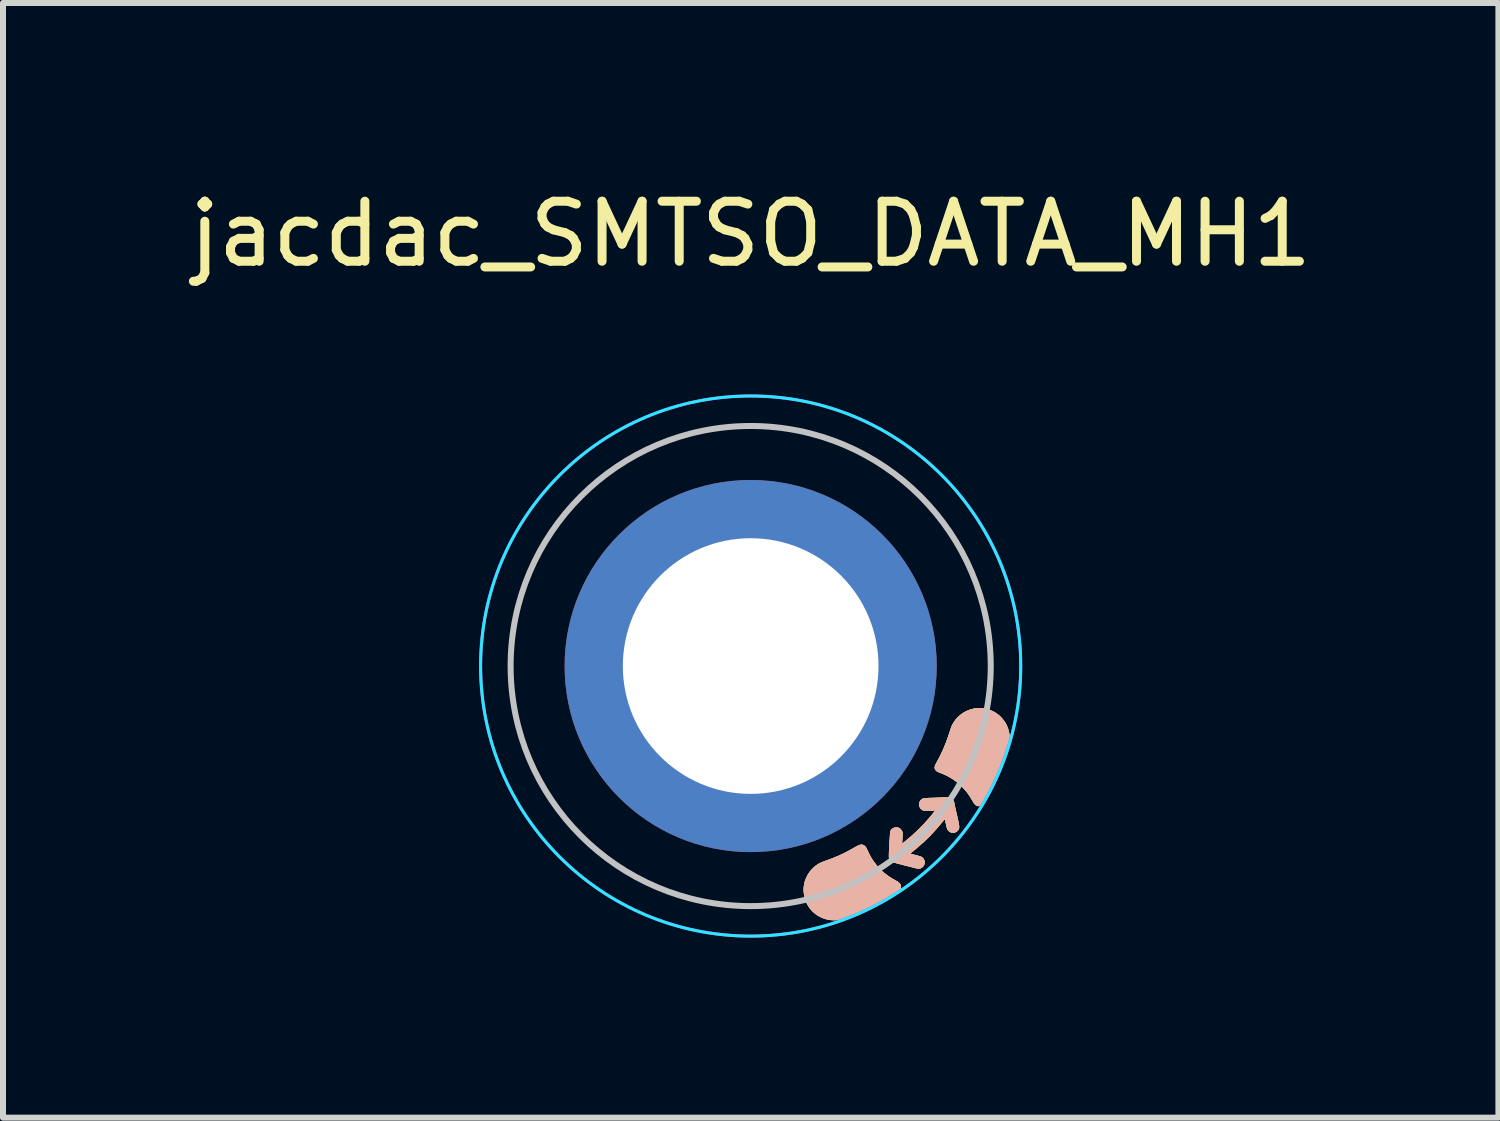
<source format=kicad_pcb>
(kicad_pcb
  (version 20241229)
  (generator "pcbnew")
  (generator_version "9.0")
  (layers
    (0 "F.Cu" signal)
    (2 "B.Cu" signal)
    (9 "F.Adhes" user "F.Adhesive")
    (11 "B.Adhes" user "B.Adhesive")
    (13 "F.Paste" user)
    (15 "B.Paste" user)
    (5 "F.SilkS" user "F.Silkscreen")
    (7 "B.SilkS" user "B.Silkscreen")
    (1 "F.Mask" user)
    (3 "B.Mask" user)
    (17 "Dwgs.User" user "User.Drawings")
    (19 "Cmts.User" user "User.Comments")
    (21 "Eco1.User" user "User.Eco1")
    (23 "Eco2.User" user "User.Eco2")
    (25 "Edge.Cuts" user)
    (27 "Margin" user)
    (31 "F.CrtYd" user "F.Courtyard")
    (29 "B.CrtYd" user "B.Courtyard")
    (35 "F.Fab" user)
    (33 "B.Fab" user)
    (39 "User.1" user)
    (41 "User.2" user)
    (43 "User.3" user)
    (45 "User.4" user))
  (footprint "jacdac_SMTSO_DATA_MH1"
    (layer "F.Cu")
    (at 9.458 8.048)
    (property "Reference" "jacdac_SMTSO_DATA_MH1" (at 0 -7.2 0) (layer "F.SilkS") (effects (font (size 1 1) (thickness 0.15))))
    (attr through_hole)
    (fp_poly (pts (xy 1.858 2.98) (xy 1.874 2.985) (xy 1.889 2.993) (xy 1.899 3.001) (xy 1.908 3.009) (xy 1.917 3.02) (xy 1.925 3.034) (xy 1.935 3.053) (xy 1.946 3.079) (xy 1.947 3.08) (xy 1.972 3.133) (xy 1.998 3.182) (xy 2.027 3.228) (xy 2.047 3.258) (xy 2.1 3.327) (xy 2.159 3.391) (xy 2.223 3.45) (xy 2.293 3.503) (xy 2.366 3.55) (xy 2.407 3.572) (xy 2.438 3.59) (xy 2.463 3.607) (xy 2.481 3.624) (xy 2.493 3.642) (xy 2.499 3.661) (xy 2.5 3.666) (xy 2.501 3.685) (xy 2.497 3.702) (xy 2.488 3.719) (xy 2.473 3.737) (xy 2.451 3.755) (xy 2.423 3.776) (xy 2.423 3.776) (xy 2.311 3.85) (xy 2.192 3.921) (xy 2.067 3.988) (xy 1.938 4.051) (xy 1.805 4.109) (xy 1.669 4.163) (xy 1.613 4.183) (xy 1.555 4.202) (xy 1.504 4.217) (xy 1.457 4.226) (xy 1.415 4.231) (xy 1.382 4.232) (xy 1.317 4.227) (xy 1.255 4.214) (xy 1.196 4.194) (xy 1.14 4.167) (xy 1.088 4.133) (xy 1.04 4.093) (xy 0.997 4.046) (xy 0.991 4.039) (xy 0.958 3.99) (xy 0.93 3.937) (xy 0.909 3.881) (xy 0.895 3.822) (xy 0.887 3.763) (xy 0.886 3.702) (xy 0.893 3.643) (xy 0.894 3.639) (xy 0.908 3.58) (xy 0.931 3.524) (xy 0.959 3.47) (xy 0.994 3.42) (xy 1.035 3.375) (xy 1.08 3.334) (xy 1.13 3.3) (xy 1.151 3.288) (xy 1.164 3.282) (xy 1.184 3.273) (xy 1.207 3.264) (xy 1.232 3.254) (xy 1.258 3.245) (xy 1.258 3.245) (xy 1.354 3.21) (xy 1.444 3.173) (xy 1.529 3.135) (xy 1.611 3.094) (xy 1.693 3.049) (xy 1.737 3.023) (xy 1.77 3.005) (xy 1.797 2.991) (xy 1.82 2.983) (xy 1.84 2.979) (xy 1.858 2.98)) (stroke (width 0.01) (type solid)) (fill yes) (layer "F.SilkS"))
    (fp_poly (pts (xy 3.95 0.723) (xy 4.006 0.743) (xy 4.059 0.769) (xy 4.108 0.801) (xy 4.153 0.838) (xy 4.193 0.881) (xy 4.229 0.928) (xy 4.259 0.98) (xy 4.283 1.036) (xy 4.3 1.096) (xy 4.311 1.159) (xy 4.311 1.16) (xy 4.312 1.178) (xy 4.312 1.198) (xy 4.311 1.22) (xy 4.309 1.248) (xy 4.307 1.26) (xy 4.305 1.281) (xy 4.302 1.302) (xy 4.298 1.323) (xy 4.292 1.345) (xy 4.286 1.369) (xy 4.278 1.397) (xy 4.268 1.428) (xy 4.256 1.465) (xy 4.242 1.508) (xy 4.235 1.525) (xy 4.195 1.635) (xy 4.149 1.747) (xy 4.099 1.86) (xy 4.045 1.971) (xy 3.988 2.079) (xy 3.928 2.182) (xy 3.886 2.249) (xy 3.869 2.275) (xy 3.854 2.294) (xy 3.841 2.309) (xy 3.828 2.319) (xy 3.815 2.325) (xy 3.813 2.326) (xy 3.794 2.33) (xy 3.777 2.328) (xy 3.764 2.322) (xy 3.745 2.31) (xy 3.727 2.289) (xy 3.709 2.262) (xy 3.707 2.257) (xy 3.66 2.178) (xy 3.609 2.105) (xy 3.551 2.037) (xy 3.489 1.975) (xy 3.422 1.919) (xy 3.35 1.869) (xy 3.296 1.838) (xy 3.266 1.822) (xy 3.236 1.808) (xy 3.204 1.794) (xy 3.167 1.779) (xy 3.136 1.767) (xy 3.118 1.759) (xy 3.106 1.753) (xy 3.096 1.745) (xy 3.088 1.737) (xy 3.076 1.72) (xy 3.07 1.703) (xy 3.069 1.684) (xy 3.074 1.663) (xy 3.084 1.639) (xy 3.096 1.617) (xy 3.158 1.503) (xy 3.214 1.383) (xy 3.264 1.259) (xy 3.309 1.13) (xy 3.319 1.1) (xy 3.33 1.066) (xy 3.339 1.039) (xy 3.347 1.016) (xy 3.355 0.996) (xy 3.364 0.978) (xy 3.374 0.961) (xy 3.381 0.947) (xy 3.415 0.898) (xy 3.455 0.853) (xy 3.501 0.813) (xy 3.55 0.778) (xy 3.604 0.75) (xy 3.66 0.728) (xy 3.718 0.713) (xy 3.766 0.706) (xy 3.829 0.705) (xy 3.891 0.71) (xy 3.95 0.723)) (stroke (width 0.01) (type solid)) (fill yes) (layer "F.SilkS"))
    (fp_poly (pts (xy 3.28 2.193) (xy 3.297 2.194) (xy 3.31 2.195) (xy 3.321 2.197) (xy 3.33 2.199) (xy 3.337 2.203) (xy 3.343 2.207) (xy 3.35 2.212) (xy 3.353 2.215) (xy 3.364 2.226) (xy 3.374 2.242) (xy 3.383 2.258) (xy 3.388 2.272) (xy 3.388 2.278) (xy 3.389 2.284) (xy 3.392 2.297) (xy 3.396 2.316) (xy 3.401 2.34) (xy 3.407 2.368) (xy 3.414 2.401) (xy 3.422 2.436) (xy 3.43 2.47) (xy 3.441 2.517) (xy 3.449 2.556) (xy 3.457 2.589) (xy 3.462 2.617) (xy 3.466 2.64) (xy 3.469 2.658) (xy 3.471 2.673) (xy 3.471 2.685) (xy 3.47 2.695) (xy 3.469 2.703) (xy 3.466 2.71) (xy 3.466 2.712) (xy 3.454 2.732) (xy 3.437 2.751) (xy 3.418 2.764) (xy 3.4 2.77) (xy 3.378 2.773) (xy 3.355 2.772) (xy 3.334 2.767) (xy 3.326 2.764) (xy 3.31 2.753) (xy 3.295 2.738) (xy 3.283 2.722) (xy 3.278 2.713) (xy 3.276 2.705) (xy 3.272 2.692) (xy 3.267 2.673) (xy 3.262 2.651) (xy 3.256 2.626) (xy 3.255 2.622) (xy 3.25 2.598) (xy 3.245 2.577) (xy 3.241 2.56) (xy 3.238 2.548) (xy 3.236 2.542) (xy 3.236 2.542) (xy 3.234 2.544) (xy 3.227 2.552) (xy 3.217 2.564) (xy 3.205 2.579) (xy 3.197 2.589) (xy 3.097 2.708) (xy 2.992 2.822) (xy 2.88 2.931) (xy 2.762 3.034) (xy 2.703 3.083) (xy 2.685 3.097) (xy 2.671 3.109) (xy 2.66 3.119) (xy 2.654 3.126) (xy 2.653 3.128) (xy 2.658 3.129) (xy 2.669 3.133) (xy 2.685 3.137) (xy 2.706 3.143) (xy 2.73 3.149) (xy 2.739 3.151) (xy 2.77 3.159) (xy 2.795 3.166) (xy 2.813 3.171) (xy 2.827 3.175) (xy 2.838 3.179) (xy 2.846 3.184) (xy 2.853 3.188) (xy 2.86 3.194) (xy 2.863 3.197) (xy 2.881 3.217) (xy 2.891 3.241) (xy 2.896 3.265) (xy 2.894 3.291) (xy 2.886 3.315) (xy 2.872 3.336) (xy 2.853 3.354) (xy 2.84 3.362) (xy 2.829 3.367) (xy 2.818 3.37) (xy 2.805 3.372) (xy 2.791 3.372) (xy 2.773 3.369) (xy 2.751 3.365) (xy 2.723 3.358) (xy 2.694 3.351) (xy 2.665 3.343) (xy 2.632 3.334) (xy 2.594 3.325) (xy 2.555 3.315) (xy 2.517 3.305) (xy 2.484 3.296) (xy 2.447 3.287) (xy 2.417 3.278) (xy 2.393 3.271) (xy 2.374 3.265) (xy 2.359 3.259) (xy 2.348 3.254) (xy 2.339 3.247) (xy 2.332 3.241) (xy 2.325 3.233) (xy 2.322 3.227) (xy 2.318 3.221) (xy 2.314 3.215) (xy 2.312 3.209) (xy 2.31 3.201) (xy 2.308 3.191) (xy 2.307 3.179) (xy 2.307 3.163) (xy 2.307 3.144) (xy 2.308 3.119) (xy 2.309 3.089) (xy 2.311 3.054) (xy 2.313 3.011) (xy 2.315 2.979) (xy 2.317 2.939) (xy 2.319 2.901) (xy 2.321 2.867) (xy 2.323 2.835) (xy 2.325 2.808) (xy 2.326 2.787) (xy 2.328 2.771) (xy 2.329 2.763) (xy 2.329 2.762) (xy 2.339 2.738) (xy 2.354 2.719) (xy 2.374 2.705) (xy 2.397 2.696) (xy 2.422 2.691) (xy 2.447 2.693) (xy 2.471 2.701) (xy 2.492 2.715) (xy 2.493 2.715) (xy 2.507 2.732) (xy 2.518 2.75) (xy 2.519 2.751) (xy 2.522 2.759) (xy 2.525 2.767) (xy 2.526 2.775) (xy 2.527 2.785) (xy 2.527 2.799) (xy 2.526 2.818) (xy 2.525 2.844) (xy 2.525 2.844) (xy 2.524 2.869) (xy 2.523 2.893) (xy 2.522 2.915) (xy 2.521 2.932) (xy 2.52 2.941) (xy 2.519 2.951) (xy 2.519 2.958) (xy 2.52 2.961) (xy 2.524 2.962) (xy 2.531 2.958) (xy 2.541 2.951) (xy 2.556 2.939) (xy 2.577 2.922) (xy 2.581 2.919) (xy 2.664 2.85) (xy 2.746 2.776) (xy 2.826 2.698) (xy 2.902 2.619) (xy 2.974 2.538) (xy 3.04 2.458) (xy 3.073 2.416) (xy 3.084 2.4) (xy 3.049 2.403) (xy 3.032 2.404) (xy 3.009 2.405) (xy 2.984 2.406) (xy 2.958 2.406) (xy 2.95 2.406) (xy 2.924 2.406) (xy 2.906 2.406) (xy 2.892 2.405) (xy 2.882 2.404) (xy 2.874 2.402) (xy 2.87 2.4) (xy 2.848 2.386) (xy 2.829 2.366) (xy 2.816 2.342) (xy 2.809 2.316) (xy 2.809 2.306) (xy 2.812 2.28) (xy 2.823 2.256) (xy 2.838 2.235) (xy 2.858 2.219) (xy 2.869 2.213) (xy 2.874 2.211) (xy 2.879 2.209) (xy 2.886 2.208) (xy 2.894 2.207) (xy 2.904 2.206) (xy 2.917 2.205) (xy 2.934 2.204) (xy 2.955 2.202) (xy 2.982 2.201) (xy 3.014 2.2) (xy 3.052 2.199) (xy 3.098 2.197) (xy 3.115 2.197) (xy 3.161 2.195) (xy 3.2 2.194) (xy 3.232 2.193) (xy 3.258 2.193) (xy 3.28 2.193)) (stroke (width 0.01) (type solid)) (fill yes) (layer "F.SilkS"))
    (fp_poly (pts (xy 1.858 2.98) (xy 1.874 2.985) (xy 1.889 2.993) (xy 1.899 3.001) (xy 1.908 3.009) (xy 1.917 3.02) (xy 1.925 3.034) (xy 1.935 3.053) (xy 1.946 3.079) (xy 1.947 3.08) (xy 1.972 3.133) (xy 1.998 3.182) (xy 2.027 3.228) (xy 2.047 3.258) (xy 2.1 3.327) (xy 2.159 3.391) (xy 2.223 3.45) (xy 2.293 3.503) (xy 2.366 3.55) (xy 2.407 3.572) (xy 2.438 3.59) (xy 2.463 3.607) (xy 2.481 3.624) (xy 2.493 3.642) (xy 2.499 3.661) (xy 2.5 3.666) (xy 2.501 3.685) (xy 2.497 3.702) (xy 2.488 3.719) (xy 2.473 3.737) (xy 2.451 3.755) (xy 2.423 3.776) (xy 2.423 3.776) (xy 2.311 3.85) (xy 2.192 3.921) (xy 2.067 3.988) (xy 1.938 4.051) (xy 1.805 4.109) (xy 1.669 4.163) (xy 1.613 4.183) (xy 1.555 4.202) (xy 1.504 4.217) (xy 1.457 4.226) (xy 1.415 4.231) (xy 1.382 4.232) (xy 1.317 4.227) (xy 1.255 4.214) (xy 1.196 4.194) (xy 1.14 4.167) (xy 1.088 4.133) (xy 1.04 4.093) (xy 0.997 4.046) (xy 0.991 4.039) (xy 0.958 3.99) (xy 0.93 3.937) (xy 0.909 3.881) (xy 0.895 3.822) (xy 0.887 3.763) (xy 0.886 3.702) (xy 0.893 3.643) (xy 0.894 3.639) (xy 0.908 3.58) (xy 0.931 3.524) (xy 0.959 3.47) (xy 0.994 3.42) (xy 1.035 3.375) (xy 1.08 3.334) (xy 1.13 3.3) (xy 1.151 3.288) (xy 1.164 3.282) (xy 1.184 3.273) (xy 1.207 3.264) (xy 1.232 3.254) (xy 1.258 3.245) (xy 1.258 3.245) (xy 1.354 3.21) (xy 1.444 3.173) (xy 1.529 3.135) (xy 1.611 3.094) (xy 1.693 3.049) (xy 1.737 3.023) (xy 1.77 3.005) (xy 1.797 2.991) (xy 1.82 2.983) (xy 1.84 2.979) (xy 1.858 2.98)) (stroke (width 0.01) (type solid)) (fill yes) (layer "B.SilkS"))
    (fp_poly (pts (xy 3.95 0.723) (xy 4.006 0.743) (xy 4.059 0.769) (xy 4.108 0.801) (xy 4.153 0.838) (xy 4.193 0.881) (xy 4.229 0.928) (xy 4.259 0.98) (xy 4.283 1.036) (xy 4.3 1.096) (xy 4.311 1.159) (xy 4.311 1.16) (xy 4.312 1.178) (xy 4.312 1.198) (xy 4.311 1.22) (xy 4.309 1.248) (xy 4.307 1.26) (xy 4.305 1.281) (xy 4.302 1.302) (xy 4.298 1.323) (xy 4.292 1.345) (xy 4.286 1.369) (xy 4.278 1.397) (xy 4.268 1.428) (xy 4.256 1.465) (xy 4.242 1.508) (xy 4.235 1.525) (xy 4.195 1.635) (xy 4.149 1.747) (xy 4.099 1.86) (xy 4.045 1.971) (xy 3.988 2.079) (xy 3.928 2.182) (xy 3.886 2.249) (xy 3.869 2.275) (xy 3.854 2.294) (xy 3.841 2.309) (xy 3.828 2.319) (xy 3.815 2.325) (xy 3.813 2.326) (xy 3.794 2.33) (xy 3.777 2.328) (xy 3.764 2.322) (xy 3.745 2.31) (xy 3.727 2.289) (xy 3.709 2.262) (xy 3.707 2.257) (xy 3.66 2.178) (xy 3.609 2.105) (xy 3.551 2.037) (xy 3.489 1.975) (xy 3.422 1.919) (xy 3.35 1.869) (xy 3.296 1.838) (xy 3.266 1.822) (xy 3.236 1.808) (xy 3.204 1.794) (xy 3.167 1.779) (xy 3.136 1.767) (xy 3.118 1.759) (xy 3.106 1.753) (xy 3.096 1.745) (xy 3.088 1.737) (xy 3.076 1.72) (xy 3.07 1.703) (xy 3.069 1.684) (xy 3.074 1.663) (xy 3.084 1.639) (xy 3.096 1.617) (xy 3.158 1.503) (xy 3.214 1.383) (xy 3.264 1.259) (xy 3.309 1.13) (xy 3.319 1.1) (xy 3.33 1.066) (xy 3.339 1.039) (xy 3.347 1.016) (xy 3.355 0.996) (xy 3.364 0.978) (xy 3.374 0.961) (xy 3.381 0.947) (xy 3.415 0.898) (xy 3.455 0.853) (xy 3.501 0.813) (xy 3.55 0.778) (xy 3.604 0.75) (xy 3.66 0.728) (xy 3.718 0.713) (xy 3.766 0.706) (xy 3.829 0.705) (xy 3.891 0.71) (xy 3.95 0.723)) (stroke (width 0.01) (type solid)) (fill yes) (layer "B.SilkS"))
    (fp_poly (pts (xy 3.28 2.193) (xy 3.297 2.194) (xy 3.31 2.195) (xy 3.321 2.197) (xy 3.33 2.199) (xy 3.337 2.203) (xy 3.343 2.207) (xy 3.35 2.212) (xy 3.353 2.215) (xy 3.364 2.226) (xy 3.374 2.242) (xy 3.383 2.258) (xy 3.388 2.272) (xy 3.388 2.278) (xy 3.389 2.284) (xy 3.392 2.297) (xy 3.396 2.316) (xy 3.401 2.34) (xy 3.407 2.368) (xy 3.414 2.401) (xy 3.422 2.436) (xy 3.43 2.47) (xy 3.441 2.517) (xy 3.449 2.556) (xy 3.457 2.589) (xy 3.462 2.617) (xy 3.466 2.64) (xy 3.469 2.658) (xy 3.471 2.673) (xy 3.471 2.685) (xy 3.47 2.695) (xy 3.469 2.703) (xy 3.466 2.71) (xy 3.466 2.712) (xy 3.454 2.732) (xy 3.437 2.751) (xy 3.418 2.764) (xy 3.4 2.77) (xy 3.378 2.773) (xy 3.355 2.772) (xy 3.334 2.767) (xy 3.326 2.764) (xy 3.31 2.753) (xy 3.295 2.738) (xy 3.283 2.722) (xy 3.278 2.713) (xy 3.276 2.705) (xy 3.272 2.692) (xy 3.267 2.673) (xy 3.262 2.651) (xy 3.256 2.626) (xy 3.255 2.622) (xy 3.25 2.598) (xy 3.245 2.577) (xy 3.241 2.56) (xy 3.238 2.548) (xy 3.236 2.542) (xy 3.236 2.542) (xy 3.234 2.544) (xy 3.227 2.552) (xy 3.217 2.564) (xy 3.205 2.579) (xy 3.197 2.589) (xy 3.097 2.708) (xy 2.992 2.822) (xy 2.88 2.931) (xy 2.762 3.034) (xy 2.703 3.083) (xy 2.685 3.097) (xy 2.671 3.109) (xy 2.66 3.119) (xy 2.654 3.126) (xy 2.653 3.128) (xy 2.658 3.129) (xy 2.669 3.133) (xy 2.685 3.137) (xy 2.706 3.143) (xy 2.73 3.149) (xy 2.739 3.151) (xy 2.77 3.159) (xy 2.795 3.166) (xy 2.813 3.171) (xy 2.827 3.175) (xy 2.838 3.179) (xy 2.846 3.184) (xy 2.853 3.188) (xy 2.86 3.194) (xy 2.863 3.197) (xy 2.881 3.217) (xy 2.891 3.241) (xy 2.896 3.265) (xy 2.894 3.291) (xy 2.886 3.315) (xy 2.872 3.336) (xy 2.853 3.354) (xy 2.84 3.362) (xy 2.829 3.367) (xy 2.818 3.37) (xy 2.805 3.372) (xy 2.791 3.372) (xy 2.773 3.369) (xy 2.751 3.365) (xy 2.723 3.358) (xy 2.694 3.351) (xy 2.665 3.343) (xy 2.632 3.334) (xy 2.594 3.325) (xy 2.555 3.315) (xy 2.517 3.305) (xy 2.484 3.296) (xy 2.447 3.287) (xy 2.417 3.278) (xy 2.393 3.271) (xy 2.374 3.265) (xy 2.359 3.259) (xy 2.348 3.254) (xy 2.339 3.247) (xy 2.332 3.241) (xy 2.325 3.233) (xy 2.322 3.227) (xy 2.318 3.221) (xy 2.314 3.215) (xy 2.312 3.209) (xy 2.31 3.201) (xy 2.308 3.191) (xy 2.307 3.179) (xy 2.307 3.163) (xy 2.307 3.144) (xy 2.308 3.119) (xy 2.309 3.089) (xy 2.311 3.054) (xy 2.313 3.011) (xy 2.315 2.979) (xy 2.317 2.939) (xy 2.319 2.901) (xy 2.321 2.867) (xy 2.323 2.835) (xy 2.325 2.808) (xy 2.326 2.787) (xy 2.328 2.771) (xy 2.329 2.763) (xy 2.329 2.762) (xy 2.339 2.738) (xy 2.354 2.719) (xy 2.374 2.705) (xy 2.397 2.696) (xy 2.422 2.691) (xy 2.447 2.693) (xy 2.471 2.701) (xy 2.492 2.715) (xy 2.493 2.715) (xy 2.507 2.732) (xy 2.518 2.75) (xy 2.519 2.751) (xy 2.522 2.759) (xy 2.525 2.767) (xy 2.526 2.775) (xy 2.527 2.785) (xy 2.527 2.799) (xy 2.526 2.818) (xy 2.525 2.844) (xy 2.525 2.844) (xy 2.524 2.869) (xy 2.523 2.893) (xy 2.522 2.915) (xy 2.521 2.932) (xy 2.52 2.941) (xy 2.519 2.951) (xy 2.519 2.958) (xy 2.52 2.961) (xy 2.524 2.962) (xy 2.531 2.958) (xy 2.541 2.951) (xy 2.556 2.939) (xy 2.577 2.922) (xy 2.581 2.919) (xy 2.664 2.85) (xy 2.746 2.776) (xy 2.826 2.698) (xy 2.902 2.619) (xy 2.974 2.538) (xy 3.04 2.458) (xy 3.073 2.416) (xy 3.084 2.4) (xy 3.049 2.403) (xy 3.032 2.404) (xy 3.009 2.405) (xy 2.984 2.406) (xy 2.958 2.406) (xy 2.95 2.406) (xy 2.924 2.406) (xy 2.906 2.406) (xy 2.892 2.405) (xy 2.882 2.404) (xy 2.874 2.402) (xy 2.87 2.4) (xy 2.848 2.386) (xy 2.829 2.366) (xy 2.816 2.342) (xy 2.809 2.316) (xy 2.809 2.306) (xy 2.812 2.28) (xy 2.823 2.256) (xy 2.838 2.235) (xy 2.858 2.219) (xy 2.869 2.213) (xy 2.874 2.211) (xy 2.879 2.209) (xy 2.886 2.208) (xy 2.894 2.207) (xy 2.904 2.206) (xy 2.917 2.205) (xy 2.934 2.204) (xy 2.955 2.202) (xy 2.982 2.201) (xy 3.014 2.2) (xy 3.052 2.199) (xy 3.098 2.197) (xy 3.115 2.197) (xy 3.161 2.195) (xy 3.2 2.194) (xy 3.232 2.193) (xy 3.258 2.193) (xy 3.28 2.193)) (stroke (width 0.01) (type solid)) (fill yes) (layer "B.SilkS"))
    (fp_circle (center -2.617 -0.003) (end -2.184 -0.005) (stroke (width 0.1) (type solid)) (fill yes) (layer "F.Paste"))
    (fp_circle (center -2.49 0.805) (end -2.079 0.67) (stroke (width 0.1) (type solid)) (fill yes) (layer "F.Paste"))
    (fp_circle (center -2.49 0.805) (end -2.079 0.67) (stroke (width 0.1) (type solid)) (fill yes) (layer "F.Paste"))
    (fp_circle (center -2.33 -1.191) (end -1.919 -1.326) (stroke (width 0.1) (type solid)) (fill yes) (layer "F.Paste"))
    (fp_circle (center -2.33 -1.191) (end -1.919 -1.326) (stroke (width 0.1) (type solid)) (fill yes) (layer "F.Paste"))
    (fp_circle (center -1.854 1.848) (end -1.421 1.846) (stroke (width 0.1) (type solid)) (fill yes) (layer "F.Paste"))
    (fp_circle (center -1.847 -1.852) (end -1.415 -1.854) (stroke (width 0.1) (type solid)) (fill yes) (layer "F.Paste"))
    (fp_circle (center -1.192 2.33) (end -0.782 2.195) (stroke (width 0.1) (type solid)) (fill yes) (layer "F.Paste"))
    (fp_circle (center -1.192 2.33) (end -0.782 2.195) (stroke (width 0.1) (type solid)) (fill yes) (layer "F.Paste"))
    (fp_circle (center -0.805 -2.488) (end -0.394 -2.624) (stroke (width 0.1) (type solid)) (fill yes) (layer "F.Paste"))
    (fp_circle (center -0.805 -2.488) (end -0.394 -2.624) (stroke (width 0.1) (type solid)) (fill yes) (layer "F.Paste"))
    (fp_circle (center -0.005 2.617) (end 0.427 2.616) (stroke (width 0.1) (type solid)) (fill yes) (layer "F.Paste"))
    (fp_circle (center 0.004 -2.615) (end 0.436 -2.617) (stroke (width 0.1) (type solid)) (fill yes) (layer "F.Paste"))
    (fp_circle (center 0.804 2.491) (end 1.214 2.356) (stroke (width 0.1) (type solid)) (fill yes) (layer "F.Paste"))
    (fp_circle (center 0.804 2.491) (end 1.214 2.356) (stroke (width 0.1) (type solid)) (fill yes) (layer "F.Paste"))
    (fp_circle (center 1.191 -2.328) (end 1.602 -2.463) (stroke (width 0.1) (type solid)) (fill yes) (layer "F.Paste"))
    (fp_circle (center 1.191 -2.328) (end 1.602 -2.463) (stroke (width 0.1) (type solid)) (fill yes) (layer "F.Paste"))
    (fp_circle (center 1.846 1.854) (end 2.279 1.853) (stroke (width 0.1) (type solid)) (fill yes) (layer "F.Paste"))
    (fp_circle (center 1.853 -1.845) (end 2.285 -1.847) (stroke (width 0.1) (type solid)) (fill yes) (layer "F.Paste"))
    (fp_circle (center 2.328 1.193) (end 2.739 1.058) (stroke (width 0.1) (type solid)) (fill yes) (layer "F.Paste"))
    (fp_circle (center 2.328 1.193) (end 2.739 1.058) (stroke (width 0.1) (type solid)) (fill yes) (layer "F.Paste"))
    (fp_circle (center 2.489 -0.803) (end 2.9 -0.938) (stroke (width 0.1) (type solid)) (fill yes) (layer "F.Paste"))
    (fp_circle (center 2.489 -0.803) (end 2.9 -0.938) (stroke (width 0.1) (type solid)) (fill yes) (layer "F.Paste"))
    (fp_circle (center 2.616 0.006) (end 3.048 0.004) (stroke (width 0.1) (type solid)) (fill yes) (layer "F.Paste"))
    (fp_circle (center 0 0) (end 0 -4) (stroke (width 0.1) (type default)) (fill no) (layer "Dwgs.User"))
    (fp_circle (center 0 0) (end 0 -4.5) (stroke (width 0.05) (type default)) (fill no) (layer "B.CrtYd"))
    (fp_circle (center 0 0) (end 0 -4.5) (stroke (width 0.05) (type default)) (fill no) (layer "F.CrtYd"))
    (pad "1" thru_hole circle (at 0 0 344) (size 6.2 6.2) (drill 4.26) (layers "*.Cu" "*.Mask"))
    (zone (net_name "") (layers "F.Cu" "B.Cu") (hatch edge 0.5) (connect_pads) (min_thickness 0.25) (filled_areas_thickness no) (keepout (tracks allowed) (vias allowed) (pads allowed) (copperpour not_allowed) (footprints allowed)) (placement (enabled no)) (fill) (polygon (pts (xy 13.454 7.852) (xy 13.415 7.461) (xy 13.338 7.076) (xy 13.225 6.701) (xy 13.074 6.338) (xy 12.889 5.992) (xy 12.671 5.665) (xy 12.422 5.362) (xy 12.145 5.084) (xy 11.841 4.835) (xy 11.515 4.617) (xy 11.169 4.432) (xy 10.806 4.282) (xy 10.43 4.168) (xy 10.045 4.092) (xy 9.655 4.053) (xy 9.262 4.053) (xy 8.871 4.092) (xy 8.486 4.168) (xy 8.111 4.282) (xy 7.748 4.432) (xy 7.402 4.617) (xy 7.076 4.835) (xy 6.772 5.084) (xy 6.495 5.362) (xy 6.246 5.665) (xy 6.027 5.992) (xy 5.842 6.338) (xy 5.692 6.701) (xy 5.578 7.076) (xy 5.502 7.461) (xy 5.463 7.852) (xy 5.463 8.245) (xy 5.502 8.635) (xy 5.578 9.02) (xy 5.692 9.396) (xy 5.842 9.758) (xy 6.027 10.105) (xy 6.246 10.431) (xy 6.495 10.734) (xy 6.772 11.012) (xy 7.076 11.261) (xy 7.402 11.479) (xy 7.748 11.664) (xy 8.111 11.814) (xy 8.486 11.928) (xy 8.871 12.005) (xy 9.262 12.043) (xy 9.655 12.043) (xy 10.045 12.005) (xy 10.43 11.928) (xy 10.806 11.814) (xy 11.169 11.664) (xy 11.515 11.479) (xy 11.841 11.261) (xy 12.145 11.012) (xy 12.422 10.734) (xy 12.671 10.431) (xy 12.889 10.105) (xy 13.074 9.758) (xy 13.225 9.396) (xy 13.338 9.02) (xy 13.415 8.635) (xy 13.454 8.245)))))
  (gr_rect
    (start -3 -3)
    (end 21.917 15.573)
    (stroke (width 0.1) (type default))
    (fill no)
    (layer "Edge.Cuts")))
</source>
